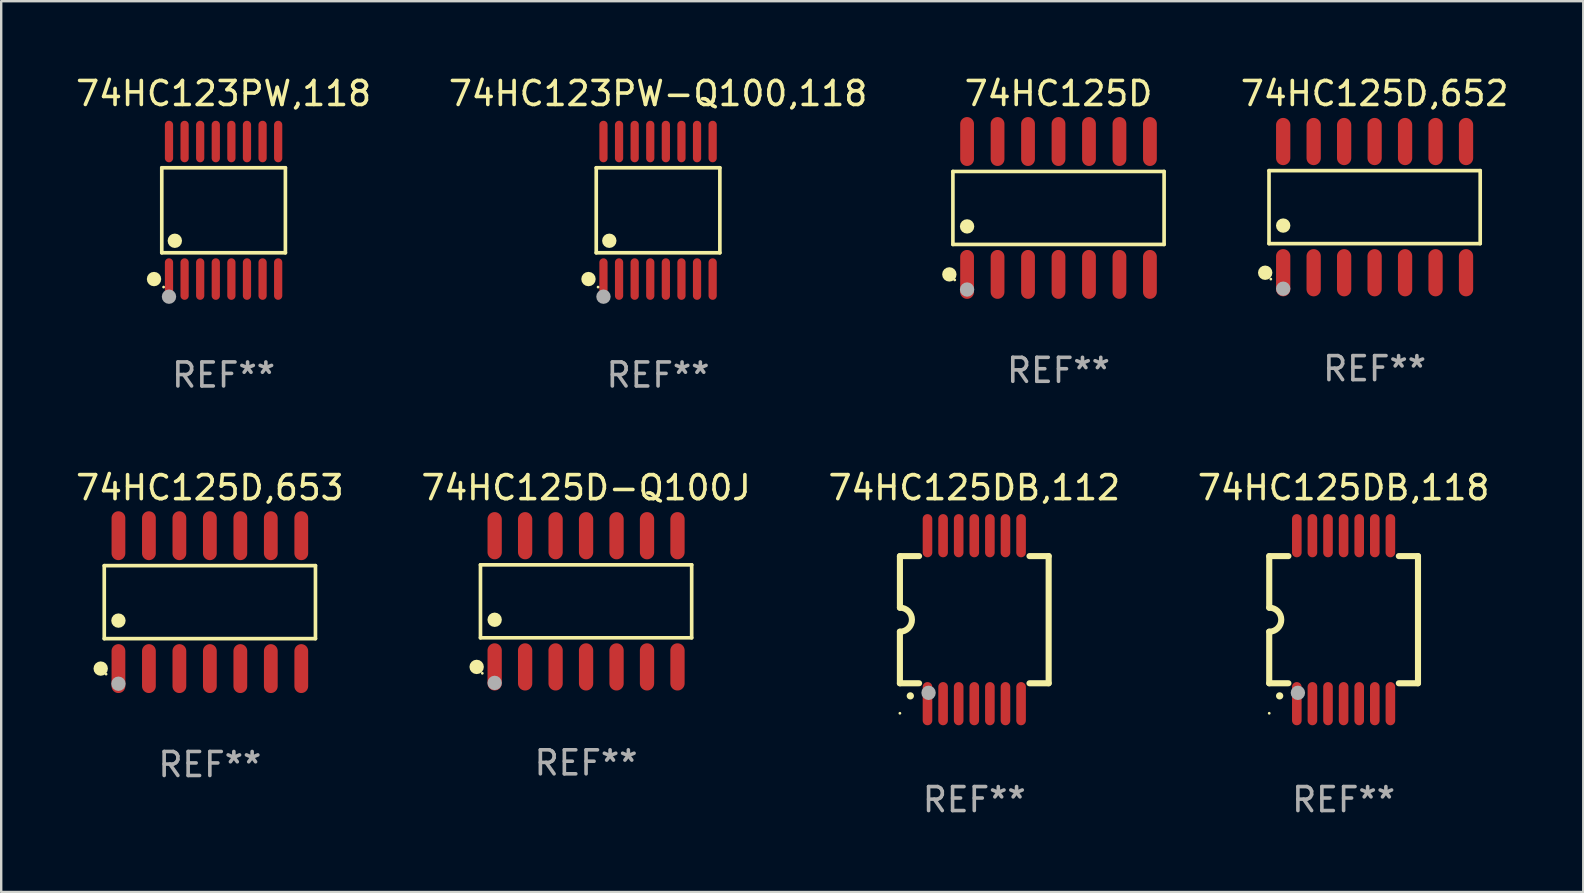
<source format=kicad_pcb>
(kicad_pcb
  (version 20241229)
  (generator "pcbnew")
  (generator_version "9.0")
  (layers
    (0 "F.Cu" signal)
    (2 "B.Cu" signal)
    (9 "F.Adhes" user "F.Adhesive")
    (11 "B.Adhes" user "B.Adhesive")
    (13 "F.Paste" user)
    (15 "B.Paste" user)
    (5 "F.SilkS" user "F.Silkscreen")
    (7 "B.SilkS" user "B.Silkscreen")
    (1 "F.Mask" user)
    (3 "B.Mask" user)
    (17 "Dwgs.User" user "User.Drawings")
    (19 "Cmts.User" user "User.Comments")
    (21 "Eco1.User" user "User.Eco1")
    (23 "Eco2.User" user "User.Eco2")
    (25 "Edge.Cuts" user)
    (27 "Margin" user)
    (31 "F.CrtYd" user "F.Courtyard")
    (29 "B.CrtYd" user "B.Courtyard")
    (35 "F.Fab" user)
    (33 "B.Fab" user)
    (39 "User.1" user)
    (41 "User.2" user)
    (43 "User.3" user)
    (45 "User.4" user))
  (footprint "74HC125D"
    (layer "F.Cu")
    (at 41.064 5.617)
    (property "Reference" "74HC125D" (at 0 -4.769 0) (layer "F.SilkS") (effects (font (size 1 1) (thickness 0.15))))
    (attr through_hole)
    (fp_line (start -4.401 -1.521) (end 4.401 -1.521) (stroke (width 0.152) (type solid)) (layer "F.SilkS"))
    (fp_line (start -4.401 1.521) (end -4.401 -1.521) (stroke (width 0.152) (type solid)) (layer "F.SilkS"))
    (fp_line (start 4.401 -1.521) (end 4.401 1.521) (stroke (width 0.152) (type solid)) (layer "F.SilkS"))
    (fp_line (start 4.401 1.521) (end -4.401 1.521) (stroke (width 0.152) (type solid)) (layer "F.SilkS"))
    (fp_circle (center -4.549 2.769) (end -4.399 2.769) (stroke (width 0.3) (type solid)) (fill no) (layer "F.SilkS"))
    (fp_circle (center -4.325 3) (end -4.295 3) (stroke (width 0.06) (type solid)) (fill no) (layer "F.SilkS"))
    (fp_circle (center -3.81 0.769) (end -3.66 0.769) (stroke (width 0.3) (type solid)) (fill no) (layer "F.SilkS"))
    (fp_circle (center -3.81 3.4) (end -3.66 3.4) (stroke (width 0.3) (type solid)) (fill no) (layer "F.Fab"))
    (fp_text user "REF**" (at 0 6.769 0) (layer "F.Fab") (effects (font (size 1 1) (thickness 0.15))))
    (pad "1" smd oval (at -3.81 2.769) (size 0.574 2.038) (layers "F.Cu" "F.Mask" "F.Paste"))
    (pad "2" smd oval (at -2.54 2.769) (size 0.574 2.038) (layers "F.Cu" "F.Mask" "F.Paste"))
    (pad "3" smd oval (at -1.27 2.769) (size 0.574 2.038) (layers "F.Cu" "F.Mask" "F.Paste"))
    (pad "4" smd oval (at 0 2.769) (size 0.574 2.038) (layers "F.Cu" "F.Mask" "F.Paste"))
    (pad "5" smd oval (at 1.27 2.769) (size 0.574 2.038) (layers "F.Cu" "F.Mask" "F.Paste"))
    (pad "6" smd oval (at 2.54 2.769) (size 0.574 2.038) (layers "F.Cu" "F.Mask" "F.Paste"))
    (pad "7" smd oval (at 3.81 2.769) (size 0.574 2.038) (layers "F.Cu" "F.Mask" "F.Paste"))
    (pad "8" smd oval (at 3.81 -2.769) (size 0.574 2.038) (layers "F.Cu" "F.Mask" "F.Paste"))
    (pad "9" smd oval (at 2.54 -2.769) (size 0.574 2.038) (layers "F.Cu" "F.Mask" "F.Paste"))
    (pad "10" smd oval (at 1.27 -2.769) (size 0.574 2.038) (layers "F.Cu" "F.Mask" "F.Paste"))
    (pad "11" smd oval (at 0 -2.769) (size 0.574 2.038) (layers "F.Cu" "F.Mask" "F.Paste"))
    (pad "12" smd oval (at -1.27 -2.769) (size 0.574 2.038) (layers "F.Cu" "F.Mask" "F.Paste"))
    (pad "13" smd oval (at -2.54 -2.769) (size 0.574 2.038) (layers "F.Cu" "F.Mask" "F.Paste"))
    (pad "14" smd oval (at -3.81 -2.769) (size 0.574 2.038) (layers "F.Cu" "F.Mask" "F.Paste")))
  (footprint "74HC125D-Q100J"
    (layer "F.Cu")
    (at 21.375 22.01)
    (property "Reference" "74HC125D-Q100J" (at 0 -4.734 0) (layer "F.SilkS") (effects (font (size 1 1) (thickness 0.15))))
    (attr through_hole)
    (fp_line (start -4.401 -1.521) (end 4.401 -1.521) (stroke (width 0.152) (type solid)) (layer "F.SilkS"))
    (fp_line (start -4.401 1.521) (end -4.401 -1.521) (stroke (width 0.152) (type solid)) (layer "F.SilkS"))
    (fp_line (start 4.401 -1.521) (end 4.401 1.521) (stroke (width 0.152) (type solid)) (layer "F.SilkS"))
    (fp_line (start 4.401 1.521) (end -4.401 1.521) (stroke (width 0.152) (type solid)) (layer "F.SilkS"))
    (fp_circle (center -4.56 2.734) (end -4.41 2.734) (stroke (width 0.3) (type solid)) (fill no) (layer "F.SilkS"))
    (fp_circle (center -4.325 3) (end -4.295 3) (stroke (width 0.06) (type solid)) (fill no) (layer "F.SilkS"))
    (fp_circle (center -3.81 0.769) (end -3.66 0.769) (stroke (width 0.3) (type solid)) (fill no) (layer "F.SilkS"))
    (fp_circle (center -3.81 3.4) (end -3.66 3.4) (stroke (width 0.3) (type solid)) (fill no) (layer "F.Fab"))
    (fp_text user "REF**" (at 0 6.734 0) (layer "F.Fab") (effects (font (size 1 1) (thickness 0.15))))
    (pad "1" smd oval (at -3.81 2.734) (size 0.595 1.968) (layers "F.Cu" "F.Mask" "F.Paste"))
    (pad "2" smd oval (at -2.54 2.734) (size 0.595 1.968) (layers "F.Cu" "F.Mask" "F.Paste"))
    (pad "3" smd oval (at -1.27 2.734) (size 0.595 1.968) (layers "F.Cu" "F.Mask" "F.Paste"))
    (pad "4" smd oval (at 0 2.734) (size 0.595 1.968) (layers "F.Cu" "F.Mask" "F.Paste"))
    (pad "5" smd oval (at 1.27 2.734) (size 0.595 1.968) (layers "F.Cu" "F.Mask" "F.Paste"))
    (pad "6" smd oval (at 2.54 2.734) (size 0.595 1.968) (layers "F.Cu" "F.Mask" "F.Paste"))
    (pad "7" smd oval (at 3.81 2.734) (size 0.595 1.968) (layers "F.Cu" "F.Mask" "F.Paste"))
    (pad "8" smd oval (at 3.81 -2.734) (size 0.595 1.968) (layers "F.Cu" "F.Mask" "F.Paste"))
    (pad "9" smd oval (at 2.54 -2.734) (size 0.595 1.968) (layers "F.Cu" "F.Mask" "F.Paste"))
    (pad "10" smd oval (at 1.27 -2.734) (size 0.595 1.968) (layers "F.Cu" "F.Mask" "F.Paste"))
    (pad "11" smd oval (at 0 -2.734) (size 0.595 1.968) (layers "F.Cu" "F.Mask" "F.Paste"))
    (pad "12" smd oval (at -1.27 -2.734) (size 0.595 1.968) (layers "F.Cu" "F.Mask" "F.Paste"))
    (pad "13" smd oval (at -2.54 -2.734) (size 0.595 1.968) (layers "F.Cu" "F.Mask" "F.Paste"))
    (pad "14" smd oval (at -3.81 -2.734) (size 0.595 1.968) (layers "F.Cu" "F.Mask" "F.Paste")))
  (footprint "74HC125DB,118"
    (layer "F.Cu")
    (at 52.946 22.776)
    (property "Reference" "74HC125DB,118" (at 0 -5.5 0) (layer "F.SilkS") (effects (font (size 1 1) (thickness 0.15))))
    (attr through_hole)
    (fp_line (start -3.1 2.65) (end -3.1 0.5) (stroke (width 0.254) (type solid)) (layer "F.SilkS"))
    (fp_line (start -3.099 -2.65) (end -2.301 -2.65) (stroke (width 0.254) (type solid)) (layer "F.SilkS"))
    (fp_line (start -3.099 -0.5) (end -3.099 -2.65) (stroke (width 0.254) (type solid)) (layer "F.SilkS"))
    (fp_line (start -2.301 2.65) (end -3.1 2.65) (stroke (width 0.254) (type solid)) (layer "F.SilkS"))
    (fp_line (start 2.301 -2.65) (end 3.1 -2.65) (stroke (width 0.254) (type solid)) (layer "F.SilkS"))
    (fp_line (start 3.1 -2.65) (end 3.1 2.65) (stroke (width 0.254) (type solid)) (layer "F.SilkS"))
    (fp_line (start 3.1 2.65) (end 2.301 2.65) (stroke (width 0.254) (type solid)) (layer "F.SilkS"))
    (fp_arc (start -3.098806 -0.500381) (mid -2.598806 0) (end -3.098806 0.500381) (stroke (width 0.254001) (type solid)) (layer "F.SilkS"))
    (fp_arc (start -2.667005 3.175006) (mid -2.665735 3.175001) (end -2.664465 3.175006) (stroke (width 0.3) (type solid)) (layer "F.SilkS"))
    (fp_circle (center -3.1 3.9) (end -3.07 3.9) (stroke (width 0.06) (type solid)) (fill no) (layer "F.SilkS"))
    (fp_circle (center -1.905 3.048) (end -1.755 3.048) (stroke (width 0.3) (type solid)) (fill no) (layer "F.Fab"))
    (fp_text user "REF**" (at 0 7.5 0) (layer "F.Fab") (effects (font (size 1 1) (thickness 0.15))))
    (pad "1" smd oval (at -1.95 3.5 270) (size 1.8 0.4) (layers "F.Cu" "F.Mask" "F.Paste"))
    (pad "2" smd oval (at -1.3 3.5 270) (size 1.8 0.4) (layers "F.Cu" "F.Mask" "F.Paste"))
    (pad "3" smd oval (at -0.65 3.5 270) (size 1.8 0.4) (layers "F.Cu" "F.Mask" "F.Paste"))
    (pad "4" smd oval (at 0 3.5 270) (size 1.8 0.4) (layers "F.Cu" "F.Mask" "F.Paste"))
    (pad "5" smd oval (at 0.65 3.5 270) (size 1.8 0.4) (layers "F.Cu" "F.Mask" "F.Paste"))
    (pad "6" smd oval (at 1.3 3.5 270) (size 1.8 0.4) (layers "F.Cu" "F.Mask" "F.Paste"))
    (pad "7" smd oval (at 1.95 3.5 270) (size 1.8 0.4) (layers "F.Cu" "F.Mask" "F.Paste"))
    (pad "8" smd oval (at 1.95 -3.5 90) (size 1.8 0.4) (layers "F.Cu" "F.Mask" "F.Paste"))
    (pad "9" smd oval (at 1.3 -3.5 90) (size 1.8 0.4) (layers "F.Cu" "F.Mask" "F.Paste"))
    (pad "10" smd oval (at 0.65 -3.5 90) (size 1.8 0.4) (layers "F.Cu" "F.Mask" "F.Paste"))
    (pad "11" smd oval (at 0 -3.5 90) (size 1.8 0.4) (layers "F.Cu" "F.Mask" "F.Paste"))
    (pad "12" smd oval (at -0.65 -3.5 90) (size 1.8 0.4) (layers "F.Cu" "F.Mask" "F.Paste"))
    (pad "13" smd oval (at -1.3 -3.5 90) (size 1.8 0.4) (layers "F.Cu" "F.Mask" "F.Paste"))
    (pad "14" smd oval (at -1.95 -3.5 90) (size 1.8 0.4) (layers "F.Cu" "F.Mask" "F.Paste")))
  (footprint "74HC123PW,118"
    (layer "F.Cu")
    (at 6.268 5.714)
    (property "Reference" "74HC123PW,118" (at 0 -4.866 0) (layer "F.SilkS") (effects (font (size 1 1) (thickness 0.15))))
    (attr through_hole)
    (fp_line (start -2.576 -1.772) (end 2.576 -1.772) (stroke (width 0.152) (type solid)) (layer "F.SilkS"))
    (fp_line (start -2.576 1.771) (end -2.576 -1.772) (stroke (width 0.152) (type solid)) (layer "F.SilkS"))
    (fp_line (start 2.576 -1.772) (end 2.576 1.771) (stroke (width 0.152) (type solid)) (layer "F.SilkS"))
    (fp_line (start 2.576 1.771) (end -2.576 1.771) (stroke (width 0.152) (type solid)) (layer "F.SilkS"))
    (fp_circle (center -2.899 2.866) (end -2.749 2.866) (stroke (width 0.3) (type solid)) (fill no) (layer "F.SilkS"))
    (fp_circle (center -2.5 3.2) (end -2.47 3.2) (stroke (width 0.06) (type solid)) (fill no) (layer "F.SilkS"))
    (fp_circle (center -2.032 1.27) (end -1.882 1.27) (stroke (width 0.3) (type solid)) (fill no) (layer "F.SilkS"))
    (fp_circle (center -2.275 3.6) (end -2.125 3.6) (stroke (width 0.3) (type solid)) (fill no) (layer "F.Fab"))
    (fp_text user "REF**" (at 0 6.866 0) (layer "F.Fab") (effects (font (size 1 1) (thickness 0.15))))
    (pad "1" smd oval (at -2.275 2.866) (size 0.343 1.731) (layers "F.Cu" "F.Mask" "F.Paste"))
    (pad "2" smd oval (at -1.625 2.866) (size 0.343 1.731) (layers "F.Cu" "F.Mask" "F.Paste"))
    (pad "3" smd oval (at -0.975 2.866) (size 0.343 1.731) (layers "F.Cu" "F.Mask" "F.Paste"))
    (pad "4" smd oval (at -0.325 2.866) (size 0.343 1.731) (layers "F.Cu" "F.Mask" "F.Paste"))
    (pad "5" smd oval (at 0.325 2.866) (size 0.343 1.731) (layers "F.Cu" "F.Mask" "F.Paste"))
    (pad "6" smd oval (at 0.975 2.866) (size 0.343 1.731) (layers "F.Cu" "F.Mask" "F.Paste"))
    (pad "7" smd oval (at 1.625 2.866) (size 0.343 1.731) (layers "F.Cu" "F.Mask" "F.Paste"))
    (pad "8" smd oval (at 2.275 2.866) (size 0.343 1.731) (layers "F.Cu" "F.Mask" "F.Paste"))
    (pad "9" smd oval (at 2.275 -2.866) (size 0.343 1.731) (layers "F.Cu" "F.Mask" "F.Paste"))
    (pad "10" smd oval (at 1.625 -2.866) (size 0.343 1.731) (layers "F.Cu" "F.Mask" "F.Paste"))
    (pad "11" smd oval (at 0.975 -2.866) (size 0.343 1.731) (layers "F.Cu" "F.Mask" "F.Paste"))
    (pad "12" smd oval (at 0.325 -2.866) (size 0.343 1.731) (layers "F.Cu" "F.Mask" "F.Paste"))
    (pad "13" smd oval (at -0.325 -2.866) (size 0.343 1.731) (layers "F.Cu" "F.Mask" "F.Paste"))
    (pad "14" smd oval (at -0.975 -2.866) (size 0.343 1.731) (layers "F.Cu" "F.Mask" "F.Paste"))
    (pad "15" smd oval (at -1.625 -2.866) (size 0.343 1.731) (layers "F.Cu" "F.Mask" "F.Paste"))
    (pad "16" smd oval (at -2.275 -2.866) (size 0.343 1.731) (layers "F.Cu" "F.Mask" "F.Paste")))
  (footprint "74HC125DB,112"
    (layer "F.Cu")
    (at 37.554 22.776)
    (property "Reference" "74HC125DB,112" (at 0 -5.5 0) (layer "F.SilkS") (effects (font (size 1 1) (thickness 0.15))))
    (attr through_hole)
    (fp_line (start -3.1 2.65) (end -3.1 0.5) (stroke (width 0.254) (type solid)) (layer "F.SilkS"))
    (fp_line (start -3.099 -2.65) (end -2.301 -2.65) (stroke (width 0.254) (type solid)) (layer "F.SilkS"))
    (fp_line (start -3.099 -0.5) (end -3.099 -2.65) (stroke (width 0.254) (type solid)) (layer "F.SilkS"))
    (fp_line (start -2.301 2.65) (end -3.1 2.65) (stroke (width 0.254) (type solid)) (layer "F.SilkS"))
    (fp_line (start 2.301 -2.65) (end 3.1 -2.65) (stroke (width 0.254) (type solid)) (layer "F.SilkS"))
    (fp_line (start 3.1 -2.65) (end 3.1 2.65) (stroke (width 0.254) (type solid)) (layer "F.SilkS"))
    (fp_line (start 3.1 2.65) (end 2.301 2.65) (stroke (width 0.254) (type solid)) (layer "F.SilkS"))
    (fp_arc (start -3.098806 -0.500381) (mid -2.598806 0) (end -3.098806 0.500381) (stroke (width 0.254001) (type solid)) (layer "F.SilkS"))
    (fp_arc (start -2.667005 3.175006) (mid -2.665735 3.175001) (end -2.664465 3.175006) (stroke (width 0.3) (type solid)) (layer "F.SilkS"))
    (fp_circle (center -3.1 3.9) (end -3.07 3.9) (stroke (width 0.06) (type solid)) (fill no) (layer "F.SilkS"))
    (fp_circle (center -1.905 3.048) (end -1.755 3.048) (stroke (width 0.3) (type solid)) (fill no) (layer "F.Fab"))
    (fp_text user "REF**" (at 0 7.5 0) (layer "F.Fab") (effects (font (size 1 1) (thickness 0.15))))
    (pad "1" smd oval (at -1.95 3.5 270) (size 1.8 0.4) (layers "F.Cu" "F.Mask" "F.Paste"))
    (pad "2" smd oval (at -1.3 3.5 270) (size 1.8 0.4) (layers "F.Cu" "F.Mask" "F.Paste"))
    (pad "3" smd oval (at -0.65 3.5 270) (size 1.8 0.4) (layers "F.Cu" "F.Mask" "F.Paste"))
    (pad "4" smd oval (at 0 3.5 270) (size 1.8 0.4) (layers "F.Cu" "F.Mask" "F.Paste"))
    (pad "5" smd oval (at 0.65 3.5 270) (size 1.8 0.4) (layers "F.Cu" "F.Mask" "F.Paste"))
    (pad "6" smd oval (at 1.3 3.5 270) (size 1.8 0.4) (layers "F.Cu" "F.Mask" "F.Paste"))
    (pad "7" smd oval (at 1.95 3.5 270) (size 1.8 0.4) (layers "F.Cu" "F.Mask" "F.Paste"))
    (pad "8" smd oval (at 1.95 -3.5 90) (size 1.8 0.4) (layers "F.Cu" "F.Mask" "F.Paste"))
    (pad "9" smd oval (at 1.3 -3.5 90) (size 1.8 0.4) (layers "F.Cu" "F.Mask" "F.Paste"))
    (pad "10" smd oval (at 0.65 -3.5 90) (size 1.8 0.4) (layers "F.Cu" "F.Mask" "F.Paste"))
    (pad "11" smd oval (at 0 -3.5 90) (size 1.8 0.4) (layers "F.Cu" "F.Mask" "F.Paste"))
    (pad "12" smd oval (at -0.65 -3.5 90) (size 1.8 0.4) (layers "F.Cu" "F.Mask" "F.Paste"))
    (pad "13" smd oval (at -1.3 -3.5 90) (size 1.8 0.4) (layers "F.Cu" "F.Mask" "F.Paste"))
    (pad "14" smd oval (at -1.95 -3.5 90) (size 1.8 0.4) (layers "F.Cu" "F.Mask" "F.Paste")))
  (footprint "74HC125D,653"
    (layer "F.Cu")
    (at 5.696 22.045)
    (property "Reference" "74HC125D,653" (at 0 -4.769 0) (layer "F.SilkS") (effects (font (size 1 1) (thickness 0.15))))
    (attr through_hole)
    (fp_line (start -4.401 -1.521) (end 4.401 -1.521) (stroke (width 0.152) (type solid)) (layer "F.SilkS"))
    (fp_line (start -4.401 1.521) (end -4.401 -1.521) (stroke (width 0.152) (type solid)) (layer "F.SilkS"))
    (fp_line (start 4.401 -1.521) (end 4.401 1.521) (stroke (width 0.152) (type solid)) (layer "F.SilkS"))
    (fp_line (start 4.401 1.521) (end -4.401 1.521) (stroke (width 0.152) (type solid)) (layer "F.SilkS"))
    (fp_circle (center -4.549 2.769) (end -4.399 2.769) (stroke (width 0.3) (type solid)) (fill no) (layer "F.SilkS"))
    (fp_circle (center -4.325 3) (end -4.295 3) (stroke (width 0.06) (type solid)) (fill no) (layer "F.SilkS"))
    (fp_circle (center -3.81 0.769) (end -3.66 0.769) (stroke (width 0.3) (type solid)) (fill no) (layer "F.SilkS"))
    (fp_circle (center -3.81 3.4) (end -3.66 3.4) (stroke (width 0.3) (type solid)) (fill no) (layer "F.Fab"))
    (fp_text user "REF**" (at 0 6.769 0) (layer "F.Fab") (effects (font (size 1 1) (thickness 0.15))))
    (pad "1" smd oval (at -3.81 2.769) (size 0.574 2.038) (layers "F.Cu" "F.Mask" "F.Paste"))
    (pad "2" smd oval (at -2.54 2.769) (size 0.574 2.038) (layers "F.Cu" "F.Mask" "F.Paste"))
    (pad "3" smd oval (at -1.27 2.769) (size 0.574 2.038) (layers "F.Cu" "F.Mask" "F.Paste"))
    (pad "4" smd oval (at 0 2.769) (size 0.574 2.038) (layers "F.Cu" "F.Mask" "F.Paste"))
    (pad "5" smd oval (at 1.27 2.769) (size 0.574 2.038) (layers "F.Cu" "F.Mask" "F.Paste"))
    (pad "6" smd oval (at 2.54 2.769) (size 0.574 2.038) (layers "F.Cu" "F.Mask" "F.Paste"))
    (pad "7" smd oval (at 3.81 2.769) (size 0.574 2.038) (layers "F.Cu" "F.Mask" "F.Paste"))
    (pad "8" smd oval (at 3.81 -2.769) (size 0.574 2.038) (layers "F.Cu" "F.Mask" "F.Paste"))
    (pad "9" smd oval (at 2.54 -2.769) (size 0.574 2.038) (layers "F.Cu" "F.Mask" "F.Paste"))
    (pad "10" smd oval (at 1.27 -2.769) (size 0.574 2.038) (layers "F.Cu" "F.Mask" "F.Paste"))
    (pad "11" smd oval (at 0 -2.769) (size 0.574 2.038) (layers "F.Cu" "F.Mask" "F.Paste"))
    (pad "12" smd oval (at -1.27 -2.769) (size 0.574 2.038) (layers "F.Cu" "F.Mask" "F.Paste"))
    (pad "13" smd oval (at -2.54 -2.769) (size 0.574 2.038) (layers "F.Cu" "F.Mask" "F.Paste"))
    (pad "14" smd oval (at -3.81 -2.769) (size 0.574 2.038) (layers "F.Cu" "F.Mask" "F.Paste")))
  (footprint "74HC125D,652"
    (layer "F.Cu")
    (at 54.238 5.582)
    (property "Reference" "74HC125D,652" (at 0 -4.734 0) (layer "F.SilkS") (effects (font (size 1 1) (thickness 0.15))))
    (attr through_hole)
    (fp_line (start -4.401 -1.521) (end 4.401 -1.521) (stroke (width 0.152) (type solid)) (layer "F.SilkS"))
    (fp_line (start -4.401 1.521) (end -4.401 -1.521) (stroke (width 0.152) (type solid)) (layer "F.SilkS"))
    (fp_line (start 4.401 -1.521) (end 4.401 1.521) (stroke (width 0.152) (type solid)) (layer "F.SilkS"))
    (fp_line (start 4.401 1.521) (end -4.401 1.521) (stroke (width 0.152) (type solid)) (layer "F.SilkS"))
    (fp_circle (center -4.56 2.734) (end -4.41 2.734) (stroke (width 0.3) (type solid)) (fill no) (layer "F.SilkS"))
    (fp_circle (center -4.325 3) (end -4.295 3) (stroke (width 0.06) (type solid)) (fill no) (layer "F.SilkS"))
    (fp_circle (center -3.81 0.769) (end -3.66 0.769) (stroke (width 0.3) (type solid)) (fill no) (layer "F.SilkS"))
    (fp_circle (center -3.81 3.4) (end -3.66 3.4) (stroke (width 0.3) (type solid)) (fill no) (layer "F.Fab"))
    (fp_text user "REF**" (at 0 6.734 0) (layer "F.Fab") (effects (font (size 1 1) (thickness 0.15))))
    (pad "1" smd oval (at -3.81 2.734) (size 0.595 1.968) (layers "F.Cu" "F.Mask" "F.Paste"))
    (pad "2" smd oval (at -2.54 2.734) (size 0.595 1.968) (layers "F.Cu" "F.Mask" "F.Paste"))
    (pad "3" smd oval (at -1.27 2.734) (size 0.595 1.968) (layers "F.Cu" "F.Mask" "F.Paste"))
    (pad "4" smd oval (at 0 2.734) (size 0.595 1.968) (layers "F.Cu" "F.Mask" "F.Paste"))
    (pad "5" smd oval (at 1.27 2.734) (size 0.595 1.968) (layers "F.Cu" "F.Mask" "F.Paste"))
    (pad "6" smd oval (at 2.54 2.734) (size 0.595 1.968) (layers "F.Cu" "F.Mask" "F.Paste"))
    (pad "7" smd oval (at 3.81 2.734) (size 0.595 1.968) (layers "F.Cu" "F.Mask" "F.Paste"))
    (pad "8" smd oval (at 3.81 -2.734) (size 0.595 1.968) (layers "F.Cu" "F.Mask" "F.Paste"))
    (pad "9" smd oval (at 2.54 -2.734) (size 0.595 1.968) (layers "F.Cu" "F.Mask" "F.Paste"))
    (pad "10" smd oval (at 1.27 -2.734) (size 0.595 1.968) (layers "F.Cu" "F.Mask" "F.Paste"))
    (pad "11" smd oval (at 0 -2.734) (size 0.595 1.968) (layers "F.Cu" "F.Mask" "F.Paste"))
    (pad "12" smd oval (at -1.27 -2.734) (size 0.595 1.968) (layers "F.Cu" "F.Mask" "F.Paste"))
    (pad "13" smd oval (at -2.54 -2.734) (size 0.595 1.968) (layers "F.Cu" "F.Mask" "F.Paste"))
    (pad "14" smd oval (at -3.81 -2.734) (size 0.595 1.968) (layers "F.Cu" "F.Mask" "F.Paste")))
  (footprint "74HC123PW-Q100,118"
    (layer "F.Cu")
    (at 24.375 5.714)
    (property "Reference" "74HC123PW-Q100,118" (at 0 -4.866 0) (layer "F.SilkS") (effects (font (size 1 1) (thickness 0.15))))
    (attr through_hole)
    (fp_line (start -2.576 -1.772) (end 2.576 -1.772) (stroke (width 0.152) (type solid)) (layer "F.SilkS"))
    (fp_line (start -2.576 1.771) (end -2.576 -1.772) (stroke (width 0.152) (type solid)) (layer "F.SilkS"))
    (fp_line (start 2.576 -1.772) (end 2.576 1.771) (stroke (width 0.152) (type solid)) (layer "F.SilkS"))
    (fp_line (start 2.576 1.771) (end -2.576 1.771) (stroke (width 0.152) (type solid)) (layer "F.SilkS"))
    (fp_circle (center -2.899 2.866) (end -2.749 2.866) (stroke (width 0.3) (type solid)) (fill no) (layer "F.SilkS"))
    (fp_circle (center -2.5 3.2) (end -2.47 3.2) (stroke (width 0.06) (type solid)) (fill no) (layer "F.SilkS"))
    (fp_circle (center -2.032 1.27) (end -1.882 1.27) (stroke (width 0.3) (type solid)) (fill no) (layer "F.SilkS"))
    (fp_circle (center -2.275 3.6) (end -2.125 3.6) (stroke (width 0.3) (type solid)) (fill no) (layer "F.Fab"))
    (fp_text user "REF**" (at 0 6.866 0) (layer "F.Fab") (effects (font (size 1 1) (thickness 0.15))))
    (pad "1" smd oval (at -2.275 2.866) (size 0.343 1.731) (layers "F.Cu" "F.Mask" "F.Paste"))
    (pad "2" smd oval (at -1.625 2.866) (size 0.343 1.731) (layers "F.Cu" "F.Mask" "F.Paste"))
    (pad "3" smd oval (at -0.975 2.866) (size 0.343 1.731) (layers "F.Cu" "F.Mask" "F.Paste"))
    (pad "4" smd oval (at -0.325 2.866) (size 0.343 1.731) (layers "F.Cu" "F.Mask" "F.Paste"))
    (pad "5" smd oval (at 0.325 2.866) (size 0.343 1.731) (layers "F.Cu" "F.Mask" "F.Paste"))
    (pad "6" smd oval (at 0.975 2.866) (size 0.343 1.731) (layers "F.Cu" "F.Mask" "F.Paste"))
    (pad "7" smd oval (at 1.625 2.866) (size 0.343 1.731) (layers "F.Cu" "F.Mask" "F.Paste"))
    (pad "8" smd oval (at 2.275 2.866) (size 0.343 1.731) (layers "F.Cu" "F.Mask" "F.Paste"))
    (pad "9" smd oval (at 2.275 -2.866) (size 0.343 1.731) (layers "F.Cu" "F.Mask" "F.Paste"))
    (pad "10" smd oval (at 1.625 -2.866) (size 0.343 1.731) (layers "F.Cu" "F.Mask" "F.Paste"))
    (pad "11" smd oval (at 0.975 -2.866) (size 0.343 1.731) (layers "F.Cu" "F.Mask" "F.Paste"))
    (pad "12" smd oval (at 0.325 -2.866) (size 0.343 1.731) (layers "F.Cu" "F.Mask" "F.Paste"))
    (pad "13" smd oval (at -0.325 -2.866) (size 0.343 1.731) (layers "F.Cu" "F.Mask" "F.Paste"))
    (pad "14" smd oval (at -0.975 -2.866) (size 0.343 1.731) (layers "F.Cu" "F.Mask" "F.Paste"))
    (pad "15" smd oval (at -1.625 -2.866) (size 0.343 1.731) (layers "F.Cu" "F.Mask" "F.Paste"))
    (pad "16" smd oval (at -2.275 -2.866) (size 0.343 1.731) (layers "F.Cu" "F.Mask" "F.Paste")))
  (gr_rect
    (start -3 -3)
    (end 62.934 34.125)
    (stroke (width 0.1) (type default))
    (fill no)
    (layer "Edge.Cuts")))
</source>
